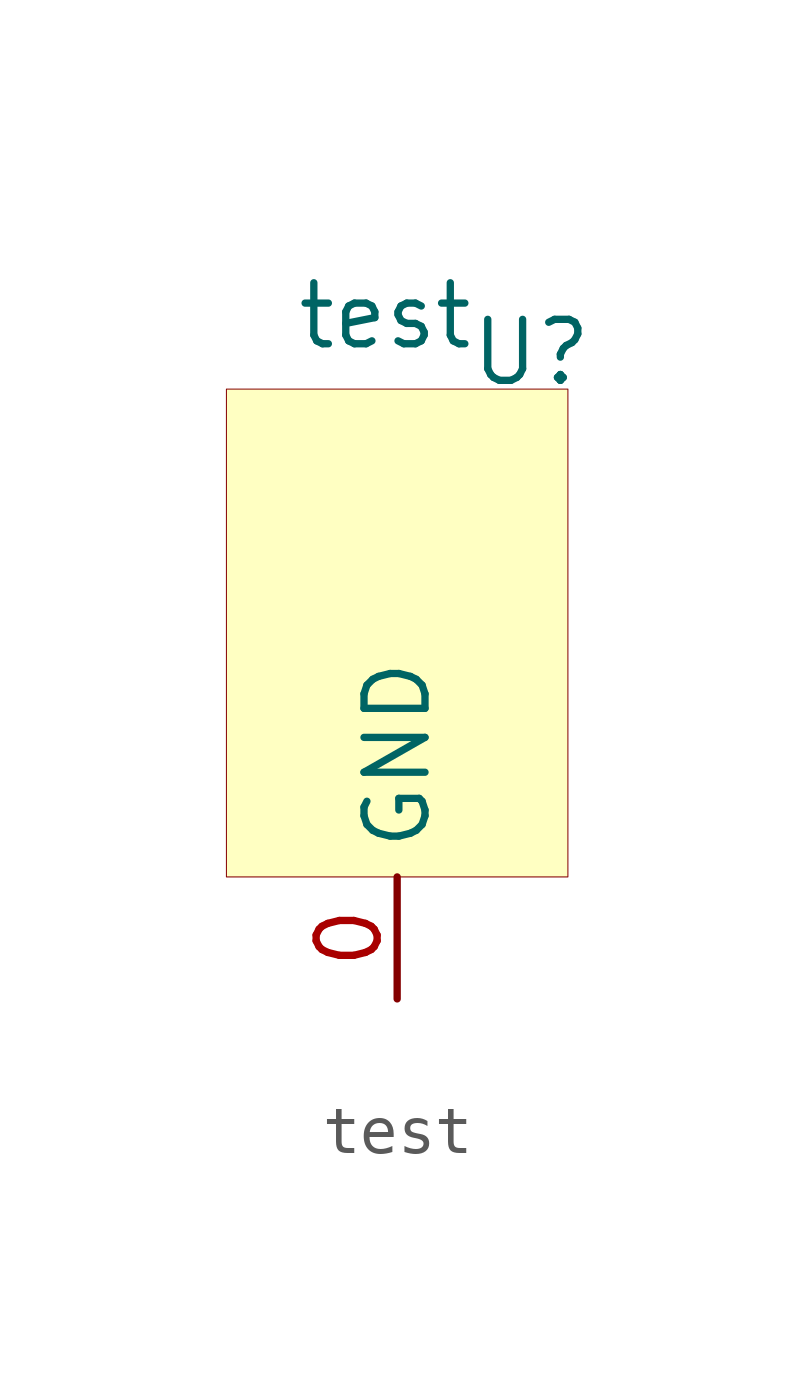
<source format=kicad_sym>
(kicad_symbol_lib
  (version 20201005)
  (generator kicad_symbol_editor)
  (symbol "william_test:test"
    (property "Reference" "U"
      (at 2.794 6.096 0)
      (effects (font (size 1.27 1.27))))
    (property "Value" "test"
      (at -0.254 6.858 0)
      (effects (font (size 1.27 1.27))))
    (symbol "test_0_1"
      (rectangle (start -3.556 5.334) (end 3.556 -4.826) (stroke (width 0.001)) (fill (type background))))
    (symbol "test_1_1"
      (pin power_in line (at 0 -7.366 90) (length 2.54) (name "GND" (effects (font (size 1.27 1.27)))) (number "0" (effects (font (size 1.27 1.27)))) (alternate "COMMON" power_in line) (alternate "VSS" power_in line)))))
</source>
